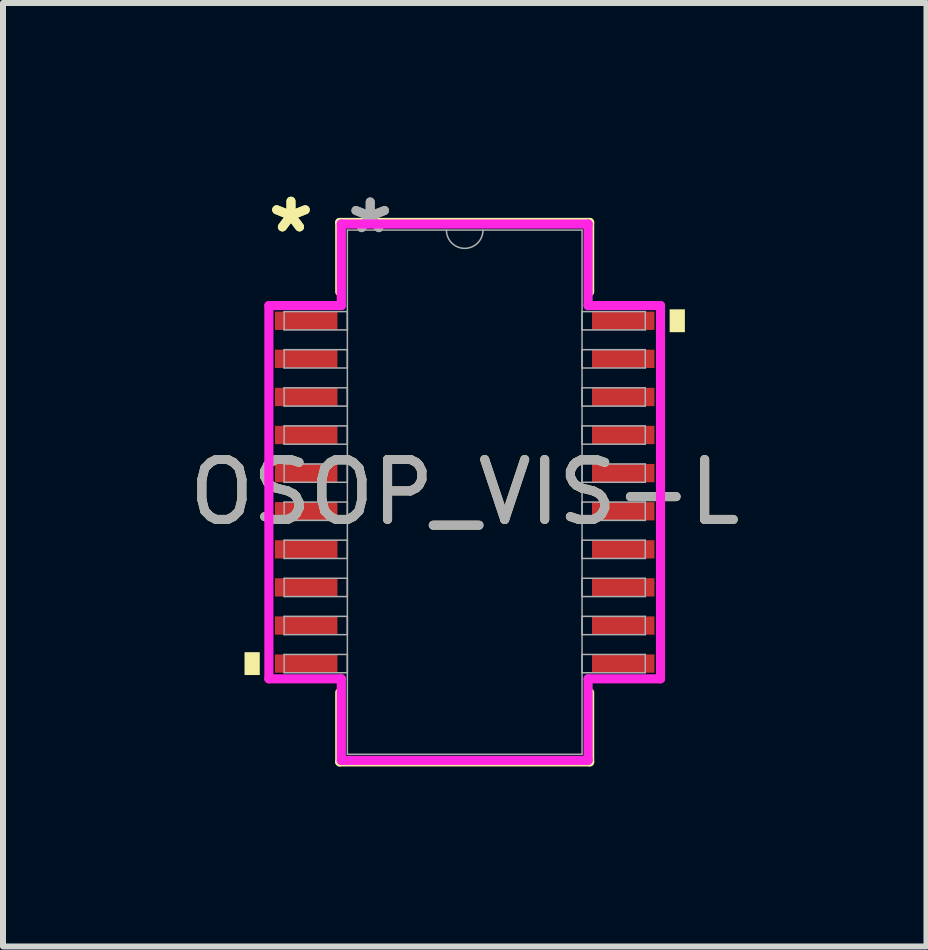
<source format=kicad_pcb>
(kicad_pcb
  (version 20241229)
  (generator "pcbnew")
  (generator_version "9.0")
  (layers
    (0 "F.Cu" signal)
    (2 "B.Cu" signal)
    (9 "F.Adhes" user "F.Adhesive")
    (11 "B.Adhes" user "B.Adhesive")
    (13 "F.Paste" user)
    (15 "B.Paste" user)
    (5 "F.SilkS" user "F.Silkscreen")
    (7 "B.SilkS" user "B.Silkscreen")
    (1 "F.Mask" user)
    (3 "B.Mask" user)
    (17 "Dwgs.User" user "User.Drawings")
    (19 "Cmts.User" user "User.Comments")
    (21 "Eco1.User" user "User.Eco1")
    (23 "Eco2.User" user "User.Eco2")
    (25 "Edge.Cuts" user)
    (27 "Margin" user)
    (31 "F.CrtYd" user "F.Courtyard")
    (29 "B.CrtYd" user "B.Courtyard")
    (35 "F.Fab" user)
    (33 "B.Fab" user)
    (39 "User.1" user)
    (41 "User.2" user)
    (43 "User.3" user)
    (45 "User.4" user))
  (footprint "OSOP_VIS-L"
    (layer "F.Cu")
    (at 4.696 5.154)
    (property "Reference" "OSOP_VIS-L" (at 0 0 0) (unlocked yes) (layer "F.SilkS") (effects (font (size 1 1) (thickness 0.15))))
    (attr smd)
    (fp_line (start -2.083 -4.496) (end -2.083 -3.34) (stroke (width 0.152) (type solid)) (layer "F.SilkS"))
    (fp_line (start -2.083 3.34) (end -2.083 4.496) (stroke (width 0.152) (type solid)) (layer "F.SilkS"))
    (fp_line (start -2.083 4.496) (end 2.083 4.496) (stroke (width 0.152) (type solid)) (layer "F.SilkS"))
    (fp_line (start 2.083 -4.496) (end -2.083 -4.496) (stroke (width 0.152) (type solid)) (layer "F.SilkS"))
    (fp_line (start 2.083 -3.34) (end 2.083 -4.496) (stroke (width 0.152) (type solid)) (layer "F.SilkS"))
    (fp_line (start 2.083 4.496) (end 2.083 3.34) (stroke (width 0.152) (type solid)) (layer "F.SilkS"))
    (fp_poly (pts (xy -3.67 2.667) (xy -3.67 3.048) (xy -3.416 3.048) (xy -3.416 2.667)) (stroke (width 0) (type solid)) (fill yes) (layer "F.SilkS"))
    (fp_poly (pts (xy 3.67 -3.048) (xy 3.67 -2.667) (xy 3.416 -2.667) (xy 3.416 -3.048)) (stroke (width 0) (type solid)) (fill yes) (layer "F.SilkS"))
    (fp_line (start -3.264 -3.111) (end -2.057 -3.111) (stroke (width 0.152) (type solid)) (layer "F.CrtYd"))
    (fp_line (start -3.264 3.111) (end -3.264 -3.111) (stroke (width 0.152) (type solid)) (layer "F.CrtYd"))
    (fp_line (start -3.264 3.111) (end -2.057 3.111) (stroke (width 0.152) (type solid)) (layer "F.CrtYd"))
    (fp_line (start -2.057 -4.47) (end 2.057 -4.47) (stroke (width 0.152) (type solid)) (layer "F.CrtYd"))
    (fp_line (start -2.057 -3.111) (end -2.057 -4.47) (stroke (width 0.152) (type solid)) (layer "F.CrtYd"))
    (fp_line (start -2.057 4.47) (end -2.057 3.111) (stroke (width 0.152) (type solid)) (layer "F.CrtYd"))
    (fp_line (start 2.057 -4.47) (end 2.057 -3.111) (stroke (width 0.152) (type solid)) (layer "F.CrtYd"))
    (fp_line (start 2.057 3.111) (end 2.057 4.47) (stroke (width 0.152) (type solid)) (layer "F.CrtYd"))
    (fp_line (start 2.057 4.47) (end -2.057 4.47) (stroke (width 0.152) (type solid)) (layer "F.CrtYd"))
    (fp_line (start 3.264 -3.111) (end 2.057 -3.111) (stroke (width 0.152) (type solid)) (layer "F.CrtYd"))
    (fp_line (start 3.264 -3.111) (end 3.264 3.111) (stroke (width 0.152) (type solid)) (layer "F.CrtYd"))
    (fp_line (start 3.264 3.111) (end 2.057 3.111) (stroke (width 0.152) (type solid)) (layer "F.CrtYd"))
    (fp_line (start -3.01 -3.01) (end -3.01 -2.705) (stroke (width 0.025) (type solid)) (layer "F.Fab"))
    (fp_line (start -3.01 -2.705) (end -1.956 -2.705) (stroke (width 0.025) (type solid)) (layer "F.Fab"))
    (fp_line (start -3.01 -2.375) (end -3.01 -2.07) (stroke (width 0.025) (type solid)) (layer "F.Fab"))
    (fp_line (start -3.01 -2.07) (end -1.956 -2.07) (stroke (width 0.025) (type solid)) (layer "F.Fab"))
    (fp_line (start -3.01 -1.74) (end -3.01 -1.435) (stroke (width 0.025) (type solid)) (layer "F.Fab"))
    (fp_line (start -3.01 -1.435) (end -1.956 -1.435) (stroke (width 0.025) (type solid)) (layer "F.Fab"))
    (fp_line (start -3.01 -1.105) (end -3.01 -0.8) (stroke (width 0.025) (type solid)) (layer "F.Fab"))
    (fp_line (start -3.01 -0.8) (end -1.956 -0.8) (stroke (width 0.025) (type solid)) (layer "F.Fab"))
    (fp_line (start -3.01 -0.47) (end -3.01 -0.165) (stroke (width 0.025) (type solid)) (layer "F.Fab"))
    (fp_line (start -3.01 -0.165) (end -1.956 -0.165) (stroke (width 0.025) (type solid)) (layer "F.Fab"))
    (fp_line (start -3.01 0.165) (end -3.01 0.47) (stroke (width 0.025) (type solid)) (layer "F.Fab"))
    (fp_line (start -3.01 0.47) (end -1.956 0.47) (stroke (width 0.025) (type solid)) (layer "F.Fab"))
    (fp_line (start -3.01 0.8) (end -3.01 1.105) (stroke (width 0.025) (type solid)) (layer "F.Fab"))
    (fp_line (start -3.01 1.105) (end -1.956 1.105) (stroke (width 0.025) (type solid)) (layer "F.Fab"))
    (fp_line (start -3.01 1.435) (end -3.01 1.74) (stroke (width 0.025) (type solid)) (layer "F.Fab"))
    (fp_line (start -3.01 1.74) (end -1.956 1.74) (stroke (width 0.025) (type solid)) (layer "F.Fab"))
    (fp_line (start -3.01 2.07) (end -3.01 2.375) (stroke (width 0.025) (type solid)) (layer "F.Fab"))
    (fp_line (start -3.01 2.375) (end -1.956 2.375) (stroke (width 0.025) (type solid)) (layer "F.Fab"))
    (fp_line (start -3.01 2.705) (end -3.01 3.01) (stroke (width 0.025) (type solid)) (layer "F.Fab"))
    (fp_line (start -3.01 3.01) (end -1.956 3.01) (stroke (width 0.025) (type solid)) (layer "F.Fab"))
    (fp_line (start -1.956 -4.369) (end -1.956 4.369) (stroke (width 0.025) (type solid)) (layer "F.Fab"))
    (fp_line (start -1.956 -3.01) (end -3.01 -3.01) (stroke (width 0.025) (type solid)) (layer "F.Fab"))
    (fp_line (start -1.956 -2.705) (end -1.956 -3.01) (stroke (width 0.025) (type solid)) (layer "F.Fab"))
    (fp_line (start -1.956 -2.375) (end -3.01 -2.375) (stroke (width 0.025) (type solid)) (layer "F.Fab"))
    (fp_line (start -1.956 -2.07) (end -1.956 -2.375) (stroke (width 0.025) (type solid)) (layer "F.Fab"))
    (fp_line (start -1.956 -1.74) (end -3.01 -1.74) (stroke (width 0.025) (type solid)) (layer "F.Fab"))
    (fp_line (start -1.956 -1.435) (end -1.956 -1.74) (stroke (width 0.025) (type solid)) (layer "F.Fab"))
    (fp_line (start -1.956 -1.105) (end -3.01 -1.105) (stroke (width 0.025) (type solid)) (layer "F.Fab"))
    (fp_line (start -1.956 -0.8) (end -1.956 -1.105) (stroke (width 0.025) (type solid)) (layer "F.Fab"))
    (fp_line (start -1.956 -0.47) (end -3.01 -0.47) (stroke (width 0.025) (type solid)) (layer "F.Fab"))
    (fp_line (start -1.956 -0.165) (end -1.956 -0.47) (stroke (width 0.025) (type solid)) (layer "F.Fab"))
    (fp_line (start -1.956 0.165) (end -3.01 0.165) (stroke (width 0.025) (type solid)) (layer "F.Fab"))
    (fp_line (start -1.956 0.47) (end -1.956 0.165) (stroke (width 0.025) (type solid)) (layer "F.Fab"))
    (fp_line (start -1.956 0.8) (end -3.01 0.8) (stroke (width 0.025) (type solid)) (layer "F.Fab"))
    (fp_line (start -1.956 1.105) (end -1.956 0.8) (stroke (width 0.025) (type solid)) (layer "F.Fab"))
    (fp_line (start -1.956 1.435) (end -3.01 1.435) (stroke (width 0.025) (type solid)) (layer "F.Fab"))
    (fp_line (start -1.956 1.74) (end -1.956 1.435) (stroke (width 0.025) (type solid)) (layer "F.Fab"))
    (fp_line (start -1.956 2.07) (end -3.01 2.07) (stroke (width 0.025) (type solid)) (layer "F.Fab"))
    (fp_line (start -1.956 2.375) (end -1.956 2.07) (stroke (width 0.025) (type solid)) (layer "F.Fab"))
    (fp_line (start -1.956 2.705) (end -3.01 2.705) (stroke (width 0.025) (type solid)) (layer "F.Fab"))
    (fp_line (start -1.956 3.01) (end -1.956 2.705) (stroke (width 0.025) (type solid)) (layer "F.Fab"))
    (fp_line (start -1.956 4.369) (end 1.956 4.369) (stroke (width 0.025) (type solid)) (layer "F.Fab"))
    (fp_line (start 1.956 -4.369) (end -1.956 -4.369) (stroke (width 0.025) (type solid)) (layer "F.Fab"))
    (fp_line (start 1.956 -3.01) (end 1.956 -2.705) (stroke (width 0.025) (type solid)) (layer "F.Fab"))
    (fp_line (start 1.956 -2.705) (end 3.01 -2.705) (stroke (width 0.025) (type solid)) (layer "F.Fab"))
    (fp_line (start 1.956 -2.375) (end 1.956 -2.07) (stroke (width 0.025) (type solid)) (layer "F.Fab"))
    (fp_line (start 1.956 -2.07) (end 3.01 -2.07) (stroke (width 0.025) (type solid)) (layer "F.Fab"))
    (fp_line (start 1.956 -1.74) (end 1.956 -1.435) (stroke (width 0.025) (type solid)) (layer "F.Fab"))
    (fp_line (start 1.956 -1.435) (end 3.01 -1.435) (stroke (width 0.025) (type solid)) (layer "F.Fab"))
    (fp_line (start 1.956 -1.105) (end 1.956 -0.8) (stroke (width 0.025) (type solid)) (layer "F.Fab"))
    (fp_line (start 1.956 -0.8) (end 3.01 -0.8) (stroke (width 0.025) (type solid)) (layer "F.Fab"))
    (fp_line (start 1.956 -0.47) (end 1.956 -0.165) (stroke (width 0.025) (type solid)) (layer "F.Fab"))
    (fp_line (start 1.956 -0.165) (end 3.01 -0.165) (stroke (width 0.025) (type solid)) (layer "F.Fab"))
    (fp_line (start 1.956 0.165) (end 1.956 0.47) (stroke (width 0.025) (type solid)) (layer "F.Fab"))
    (fp_line (start 1.956 0.47) (end 3.01 0.47) (stroke (width 0.025) (type solid)) (layer "F.Fab"))
    (fp_line (start 1.956 0.8) (end 1.956 1.105) (stroke (width 0.025) (type solid)) (layer "F.Fab"))
    (fp_line (start 1.956 1.105) (end 3.01 1.105) (stroke (width 0.025) (type solid)) (layer "F.Fab"))
    (fp_line (start 1.956 1.435) (end 1.956 1.74) (stroke (width 0.025) (type solid)) (layer "F.Fab"))
    (fp_line (start 1.956 1.74) (end 3.01 1.74) (stroke (width 0.025) (type solid)) (layer "F.Fab"))
    (fp_line (start 1.956 2.07) (end 1.956 2.375) (stroke (width 0.025) (type solid)) (layer "F.Fab"))
    (fp_line (start 1.956 2.375) (end 3.01 2.375) (stroke (width 0.025) (type solid)) (layer "F.Fab"))
    (fp_line (start 1.956 2.705) (end 1.956 3.01) (stroke (width 0.025) (type solid)) (layer "F.Fab"))
    (fp_line (start 1.956 3.01) (end 3.01 3.01) (stroke (width 0.025) (type solid)) (layer "F.Fab"))
    (fp_line (start 1.956 4.369) (end 1.956 -4.369) (stroke (width 0.025) (type solid)) (layer "F.Fab"))
    (fp_line (start 3.01 -3.01) (end 1.956 -3.01) (stroke (width 0.025) (type solid)) (layer "F.Fab"))
    (fp_line (start 3.01 -2.705) (end 3.01 -3.01) (stroke (width 0.025) (type solid)) (layer "F.Fab"))
    (fp_line (start 3.01 -2.375) (end 1.956 -2.375) (stroke (width 0.025) (type solid)) (layer "F.Fab"))
    (fp_line (start 3.01 -2.07) (end 3.01 -2.375) (stroke (width 0.025) (type solid)) (layer "F.Fab"))
    (fp_line (start 3.01 -1.74) (end 1.956 -1.74) (stroke (width 0.025) (type solid)) (layer "F.Fab"))
    (fp_line (start 3.01 -1.435) (end 3.01 -1.74) (stroke (width 0.025) (type solid)) (layer "F.Fab"))
    (fp_line (start 3.01 -1.105) (end 1.956 -1.105) (stroke (width 0.025) (type solid)) (layer "F.Fab"))
    (fp_line (start 3.01 -0.8) (end 3.01 -1.105) (stroke (width 0.025) (type solid)) (layer "F.Fab"))
    (fp_line (start 3.01 -0.47) (end 1.956 -0.47) (stroke (width 0.025) (type solid)) (layer "F.Fab"))
    (fp_line (start 3.01 -0.165) (end 3.01 -0.47) (stroke (width 0.025) (type solid)) (layer "F.Fab"))
    (fp_line (start 3.01 0.165) (end 1.956 0.165) (stroke (width 0.025) (type solid)) (layer "F.Fab"))
    (fp_line (start 3.01 0.47) (end 3.01 0.165) (stroke (width 0.025) (type solid)) (layer "F.Fab"))
    (fp_line (start 3.01 0.8) (end 1.956 0.8) (stroke (width 0.025) (type solid)) (layer "F.Fab"))
    (fp_line (start 3.01 1.105) (end 3.01 0.8) (stroke (width 0.025) (type solid)) (layer "F.Fab"))
    (fp_line (start 3.01 1.435) (end 1.956 1.435) (stroke (width 0.025) (type solid)) (layer "F.Fab"))
    (fp_line (start 3.01 1.74) (end 3.01 1.435) (stroke (width 0.025) (type solid)) (layer "F.Fab"))
    (fp_line (start 3.01 2.07) (end 1.956 2.07) (stroke (width 0.025) (type solid)) (layer "F.Fab"))
    (fp_line (start 3.01 2.375) (end 3.01 2.07) (stroke (width 0.025) (type solid)) (layer "F.Fab"))
    (fp_line (start 3.01 2.705) (end 1.956 2.705) (stroke (width 0.025) (type solid)) (layer "F.Fab"))
    (fp_line (start 3.01 3.01) (end 3.01 2.705) (stroke (width 0.025) (type solid)) (layer "F.Fab"))
    (fp_arc (start 0.3048 -4.3688) (mid 0 -4.064) (end -0.3048 -4.3688) (stroke (width 0.0254) (type solid)) (layer "F.Fab"))
    (fp_text user "*" (at -2.896 -4.305 0) (unlocked yes) (layer "F.SilkS") (effects (font (size 1 1) (thickness 0.15))))
    (fp_text user "*" (at -2.896 -4.305 0) (layer "F.SilkS") (effects (font (size 1 1) (thickness 0.15))))
    (fp_text user "*" (at -1.575 -4.293 0) (unlocked yes) (layer "F.Fab") (effects (font (size 1 1) (thickness 0.15))))
    (fp_text user "${REFERENCE}" (at 0 0 0) (unlocked yes) (layer "F.Fab") (effects (font (size 1 1) (thickness 0.15))))
    (fp_text user "*" (at -1.575 -4.293 0) (layer "F.Fab") (effects (font (size 1 1) (thickness 0.15))))
    (pad "1" smd rect (at -2.642 -2.857) (size 1.041 0.305) (layers "F.Cu" "F.Mask" "F.Paste"))
    (pad "2" smd rect (at -2.642 -2.223) (size 1.041 0.305) (layers "F.Cu" "F.Mask" "F.Paste"))
    (pad "3" smd rect (at -2.642 -1.587) (size 1.041 0.305) (layers "F.Cu" "F.Mask" "F.Paste"))
    (pad "4" smd rect (at -2.642 -0.953) (size 1.041 0.305) (layers "F.Cu" "F.Mask" "F.Paste"))
    (pad "5" smd rect (at -2.642 -0.318) (size 1.041 0.305) (layers "F.Cu" "F.Mask" "F.Paste"))
    (pad "6" smd rect (at -2.642 0.318) (size 1.041 0.305) (layers "F.Cu" "F.Mask" "F.Paste"))
    (pad "7" smd rect (at -2.642 0.953) (size 1.041 0.305) (layers "F.Cu" "F.Mask" "F.Paste"))
    (pad "8" smd rect (at -2.642 1.587) (size 1.041 0.305) (layers "F.Cu" "F.Mask" "F.Paste"))
    (pad "9" smd rect (at -2.642 2.223) (size 1.041 0.305) (layers "F.Cu" "F.Mask" "F.Paste"))
    (pad "10" smd rect (at -2.642 2.857) (size 1.041 0.305) (layers "F.Cu" "F.Mask" "F.Paste"))
    (pad "11" smd rect (at 2.642 2.857) (size 1.041 0.305) (layers "F.Cu" "F.Mask" "F.Paste"))
    (pad "12" smd rect (at 2.642 2.223) (size 1.041 0.305) (layers "F.Cu" "F.Mask" "F.Paste"))
    (pad "13" smd rect (at 2.642 1.587) (size 1.041 0.305) (layers "F.Cu" "F.Mask" "F.Paste"))
    (pad "14" smd rect (at 2.642 0.953) (size 1.041 0.305) (layers "F.Cu" "F.Mask" "F.Paste"))
    (pad "15" smd rect (at 2.642 0.318) (size 1.041 0.305) (layers "F.Cu" "F.Mask" "F.Paste"))
    (pad "16" smd rect (at 2.642 -0.318) (size 1.041 0.305) (layers "F.Cu" "F.Mask" "F.Paste"))
    (pad "17" smd rect (at 2.642 -0.953) (size 1.041 0.305) (layers "F.Cu" "F.Mask" "F.Paste"))
    (pad "18" smd rect (at 2.642 -1.587) (size 1.041 0.305) (layers "F.Cu" "F.Mask" "F.Paste"))
    (pad "19" smd rect (at 2.642 -2.223) (size 1.041 0.305) (layers "F.Cu" "F.Mask" "F.Paste"))
    (pad "20" smd rect (at 2.642 -2.857) (size 1.041 0.305) (layers "F.Cu" "F.Mask" "F.Paste")))
  (gr_rect
    (start -3 -3)
    (end 12.393 12.726)
    (stroke (width 0.1) (type default))
    (fill no)
    (layer "Edge.Cuts")))
</source>
